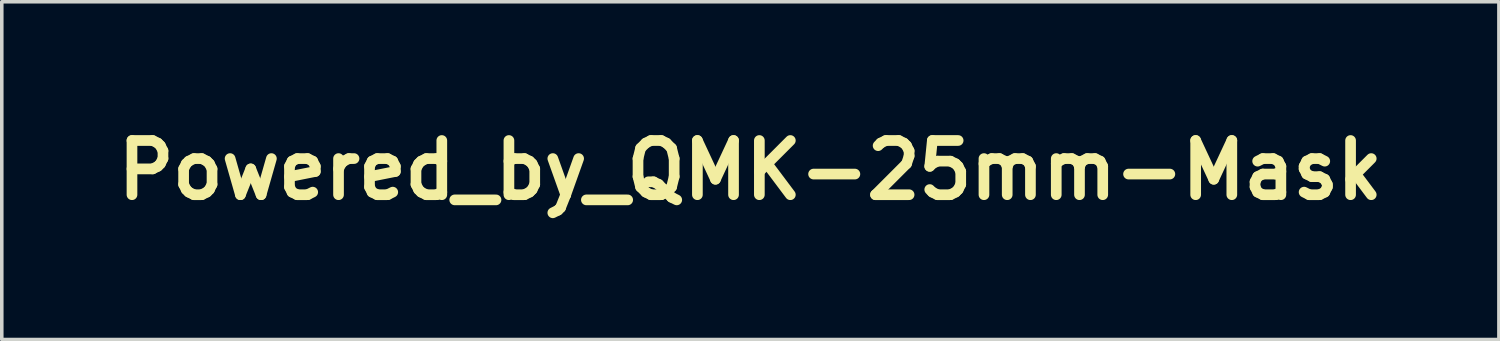
<source format=kicad_pcb>
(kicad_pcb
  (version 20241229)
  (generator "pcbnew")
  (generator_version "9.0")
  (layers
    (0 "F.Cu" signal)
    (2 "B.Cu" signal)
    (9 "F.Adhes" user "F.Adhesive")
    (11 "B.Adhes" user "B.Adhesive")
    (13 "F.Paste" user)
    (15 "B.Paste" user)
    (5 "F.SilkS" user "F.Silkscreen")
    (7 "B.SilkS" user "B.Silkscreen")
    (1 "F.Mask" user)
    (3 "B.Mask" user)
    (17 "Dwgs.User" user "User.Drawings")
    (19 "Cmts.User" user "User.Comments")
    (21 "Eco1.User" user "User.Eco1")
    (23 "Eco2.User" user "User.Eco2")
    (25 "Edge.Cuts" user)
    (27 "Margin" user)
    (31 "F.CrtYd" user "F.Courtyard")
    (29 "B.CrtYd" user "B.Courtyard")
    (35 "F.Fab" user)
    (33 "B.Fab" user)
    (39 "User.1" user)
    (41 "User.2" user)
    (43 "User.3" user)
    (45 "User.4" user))
  (footprint "Powered_by_QMK-25mm-Mask"
    (layer "F.Cu")
    (at 18.041 1.734)
    (property "Reference" "Powered_by_QMK-25mm-Mask" (at 0 0 0) (layer "F.SilkS") (effects (font (size 1.524 1.524) (thickness 0.3))))
    (attr board_only exclude_from_pos_files exclude_from_bom)
    (fp_poly (pts (xy -0.463 -0.401) (xy -0.402 -0.39) (xy -0.398 -0.388) (xy -0.373 -0.381) (xy -0.356 -0.371) (xy -0.345 -0.358) (xy -0.339 -0.338) (xy -0.336 -0.31) (xy -0.335 -0.277) (xy -0.336 -0.235) (xy -0.34 -0.204) (xy -0.346 -0.184) (xy -0.355 -0.173) (xy -0.358 -0.171) (xy -0.368 -0.172) (xy -0.387 -0.175) (xy -0.411 -0.181) (xy -0.42 -0.184) (xy -0.477 -0.197) (xy -0.526 -0.2) (xy -0.569 -0.192) (xy -0.591 -0.183) (xy -0.617 -0.167) (xy -0.647 -0.141) (xy -0.679 -0.108) (xy -0.712 -0.071) (xy -0.742 -0.031) (xy -0.756 -0.012) (xy -0.793 0.044) (xy -0.793 0.425) (xy -0.793 0.514) (xy -0.793 0.591) (xy -0.794 0.658) (xy -0.794 0.714) (xy -0.795 0.759) (xy -0.797 0.791) (xy -0.798 0.811) (xy -0.799 0.819) (xy -0.81 0.828) (xy -0.826 0.836) (xy -0.83 0.838) (xy -0.849 0.841) (xy -0.876 0.843) (xy -0.906 0.843) (xy -0.935 0.843) (xy -0.958 0.841) (xy -0.964 0.84) (xy -0.98 0.835) (xy -0.991 0.83) (xy -1.005 0.823) (xy -1.005 -0.367) (xy -0.991 -0.375) (xy -0.973 -0.38) (xy -0.947 -0.384) (xy -0.916 -0.386) (xy -0.885 -0.385) (xy -0.859 -0.382) (xy -0.843 -0.378) (xy -0.819 -0.368) (xy -0.817 -0.276) (xy -0.815 -0.185) (xy -0.768 -0.244) (xy -0.719 -0.299) (xy -0.671 -0.343) (xy -0.623 -0.374) (xy -0.573 -0.394) (xy -0.52 -0.403)) (stroke (width 0) (type solid)) (fill yes) (layer "F.Mask"))
    (fp_poly (pts (xy -4.947 -0.4) (xy -4.861 -0.387) (xy -4.784 -0.366) (xy -4.716 -0.335) (xy -4.656 -0.296) (xy -4.603 -0.247) (xy -4.586 -0.228) (xy -4.545 -0.168) (xy -4.511 -0.1) (xy -4.485 -0.025) (xy -4.467 0.055) (xy -4.456 0.139) (xy -4.453 0.225) (xy -4.458 0.31) (xy -4.471 0.394) (xy -4.492 0.474) (xy -4.52 0.549) (xy -4.556 0.617) (xy -4.572 0.64) (xy -4.622 0.7) (xy -4.681 0.751) (xy -4.748 0.794) (xy -4.82 0.826) (xy -4.895 0.847) (xy -4.948 0.854) (xy -4.988 0.857) (xy -5.017 0.859) (xy -5.042 0.86) (xy -5.063 0.86) (xy -5.086 0.859) (xy -5.111 0.857) (xy -5.176 0.849) (xy -5.234 0.836) (xy -5.29 0.816) (xy -5.32 0.802) (xy -5.387 0.764) (xy -5.445 0.716) (xy -5.493 0.659) (xy -5.533 0.593) (xy -5.564 0.518) (xy -5.585 0.433) (xy -5.598 0.34) (xy -5.602 0.242) (xy -5.602 0.232) (xy -5.379 0.232) (xy -5.378 0.283) (xy -5.376 0.332) (xy -5.372 0.374) (xy -5.366 0.403) (xy -5.345 0.473) (xy -5.316 0.533) (xy -5.278 0.583) (xy -5.233 0.623) (xy -5.181 0.653) (xy -5.122 0.672) (xy -5.098 0.676) (xy -5.052 0.681) (xy -5.01 0.681) (xy -4.964 0.675) (xy -4.955 0.674) (xy -4.895 0.657) (xy -4.84 0.629) (xy -4.792 0.59) (xy -4.752 0.542) (xy -4.72 0.486) (xy -4.697 0.421) (xy -4.695 0.416) (xy -4.682 0.346) (xy -4.675 0.272) (xy -4.675 0.196) (xy -4.681 0.121) (xy -4.694 0.051) (xy -4.712 -0.014) (xy -4.731 -0.06) (xy -4.764 -0.111) (xy -4.806 -0.154) (xy -4.856 -0.187) (xy -4.912 -0.21) (xy -4.935 -0.216) (xy -4.992 -0.224) (xy -5.051 -0.224) (xy -5.109 -0.217) (xy -5.162 -0.203) (xy -5.207 -0.183) (xy -5.207 -0.183) (xy -5.251 -0.15) (xy -5.29 -0.107) (xy -5.324 -0.054) (xy -5.35 0.006) (xy -5.366 0.058) (xy -5.372 0.09) (xy -5.376 0.132) (xy -5.379 0.18) (xy -5.379 0.232) (xy -5.602 0.232) (xy -5.598 0.139) (xy -5.584 0.045) (xy -5.56 -0.041) (xy -5.527 -0.118) (xy -5.485 -0.187) (xy -5.434 -0.248) (xy -5.374 -0.299) (xy -5.305 -0.341) (xy -5.289 -0.348) (xy -5.211 -0.378) (xy -5.127 -0.396) (xy -5.038 -0.404)) (stroke (width 0) (type solid)) (fill yes) (layer "F.Mask"))
    (fp_poly (pts (xy 10.448 -0.821) (xy 10.475 -0.817) (xy 10.493 -0.811) (xy 10.494 -0.81) (xy 10.512 -0.799) (xy 10.515 -0.055) (xy 10.812 -0.427) (xy 10.864 -0.494) (xy 10.914 -0.555) (xy 10.96 -0.612) (xy 11.001 -0.663) (xy 11.038 -0.708) (xy 11.069 -0.745) (xy 11.094 -0.775) (xy 11.113 -0.796) (xy 11.124 -0.808) (xy 11.127 -0.811) (xy 11.145 -0.816) (xy 11.171 -0.82) (xy 11.203 -0.822) (xy 11.237 -0.823) (xy 11.269 -0.821) (xy 11.296 -0.818) (xy 11.316 -0.812) (xy 11.319 -0.81) (xy 11.333 -0.795) (xy 11.336 -0.775) (xy 11.328 -0.75) (xy 11.318 -0.734) (xy 11.311 -0.725) (xy 11.296 -0.706) (xy 11.275 -0.679) (xy 11.247 -0.645) (xy 11.214 -0.605) (xy 11.177 -0.559) (xy 11.135 -0.509) (xy 11.091 -0.456) (xy 11.044 -0.4) (xy 11.025 -0.378) (xy 10.968 -0.308) (xy 10.916 -0.246) (xy 10.872 -0.192) (xy 10.834 -0.145) (xy 10.803 -0.107) (xy 10.78 -0.077) (xy 10.764 -0.056) (xy 10.757 -0.045) (xy 10.756 -0.042) (xy 10.768 -0.027) (xy 10.787 -0.002) (xy 10.811 0.03) (xy 10.84 0.068) (xy 10.873 0.112) (xy 10.909 0.16) (xy 10.948 0.212) (xy 10.989 0.267) (xy 11.031 0.323) (xy 11.073 0.379) (xy 11.115 0.435) (xy 11.156 0.49) (xy 11.194 0.541) (xy 11.23 0.59) (xy 11.263 0.634) (xy 11.292 0.672) (xy 11.315 0.704) (xy 11.333 0.729) (xy 11.345 0.745) (xy 11.349 0.751) (xy 11.364 0.779) (xy 11.37 0.802) (xy 11.364 0.818) (xy 11.348 0.831) (xy 11.32 0.838) (xy 11.28 0.843) (xy 11.277 0.843) (xy 11.234 0.843) (xy 11.196 0.84) (xy 11.164 0.834) (xy 11.142 0.825) (xy 11.136 0.821) (xy 11.131 0.815) (xy 11.119 0.798) (xy 11.1 0.773) (xy 11.075 0.74) (xy 11.045 0.7) (xy 11.01 0.654) (xy 10.972 0.602) (xy 10.93 0.545) (xy 10.885 0.484) (xy 10.838 0.42) (xy 10.82 0.397) (xy 10.515 -0.018) (xy 10.513 0.4) (xy 10.512 0.818) (xy 10.495 0.829) (xy 10.481 0.834) (xy 10.457 0.838) (xy 10.428 0.841) (xy 10.396 0.843) (xy 10.366 0.842) (xy 10.341 0.84) (xy 10.333 0.838) (xy 10.327 0.837) (xy 10.322 0.837) (xy 10.317 0.836) (xy 10.313 0.834) (xy 10.309 0.831) (xy 10.306 0.825) (xy 10.303 0.817) (xy 10.301 0.805) (xy 10.299 0.789) (xy 10.297 0.768) (xy 10.296 0.742) (xy 10.295 0.71) (xy 10.294 0.67) (xy 10.294 0.623) (xy 10.293 0.569) (xy 10.293 0.505) (xy 10.293 0.432) (xy 10.293 0.348) (xy 10.293 0.254) (xy 10.293 0.149) (xy 10.293 0.031) (xy 10.293 -0.799) (xy 10.31 -0.81) (xy 10.327 -0.816) (xy 10.352 -0.82) (xy 10.384 -0.822) (xy 10.417 -0.823)) (stroke (width 0) (type solid)) (fill yes) (layer "F.Mask"))
    (fp_poly (pts (xy -1.75 -0.398) (xy -1.679 -0.386) (xy -1.615 -0.365) (xy -1.557 -0.336) (xy -1.503 -0.296) (xy -1.472 -0.268) (xy -1.428 -0.217) (xy -1.393 -0.162) (xy -1.366 -0.102) (xy -1.346 -0.034) (xy -1.334 0.043) (xy -1.329 0.111) (xy -1.328 0.155) (xy -1.329 0.188) (xy -1.331 0.212) (xy -1.337 0.23) (xy -1.345 0.243) (xy -1.357 0.254) (xy -1.363 0.258) (xy -1.368 0.26) (xy -1.373 0.263) (xy -1.38 0.265) (xy -1.39 0.266) (xy -1.403 0.267) (xy -1.422 0.268) (xy -1.445 0.269) (xy -1.476 0.27) (xy -1.514 0.27) (xy -1.562 0.27) (xy -1.618 0.271) (xy -1.686 0.271) (xy -1.765 0.271) (xy -2.167 0.271) (xy -2.163 0.325) (xy -2.154 0.399) (xy -2.14 0.462) (xy -2.119 0.515) (xy -2.091 0.561) (xy -2.063 0.593) (xy -2.024 0.626) (xy -1.982 0.651) (xy -1.934 0.669) (xy -1.878 0.68) (xy -1.813 0.685) (xy -1.785 0.685) (xy -1.739 0.685) (xy -1.698 0.682) (xy -1.658 0.676) (xy -1.617 0.668) (xy -1.573 0.656) (xy -1.523 0.64) (xy -1.465 0.619) (xy -1.445 0.611) (xy -1.405 0.596) (xy -1.391 0.611) (xy -1.383 0.62) (xy -1.379 0.632) (xy -1.377 0.649) (xy -1.376 0.675) (xy -1.377 0.711) (xy -1.382 0.737) (xy -1.392 0.757) (xy -1.408 0.772) (xy -1.433 0.786) (xy -1.435 0.787) (xy -1.491 0.809) (xy -1.557 0.828) (xy -1.629 0.843) (xy -1.705 0.853) (xy -1.782 0.858) (xy -1.856 0.858) (xy -1.885 0.856) (xy -1.973 0.844) (xy -2.052 0.822) (xy -2.123 0.791) (xy -2.186 0.749) (xy -2.241 0.698) (xy -2.287 0.637) (xy -2.324 0.568) (xy -2.353 0.489) (xy -2.372 0.401) (xy -2.383 0.305) (xy -2.385 0.238) (xy -2.38 0.137) (xy -2.373 0.094) (xy -2.166 0.094) (xy -2.163 0.101) (xy -2.156 0.107) (xy -2.143 0.111) (xy -2.124 0.114) (xy -2.098 0.115) (xy -2.064 0.116) (xy -2.02 0.116) (xy -1.967 0.116) (xy -1.902 0.116) (xy -1.853 0.116) (xy -1.54 0.116) (xy -1.54 0.084) (xy -1.545 0.027) (xy -1.558 -0.03) (xy -1.579 -0.084) (xy -1.606 -0.13) (xy -1.627 -0.157) (xy -1.667 -0.189) (xy -1.714 -0.213) (xy -1.767 -0.229) (xy -1.823 -0.236) (xy -1.88 -0.235) (xy -1.936 -0.224) (xy -1.983 -0.206) (xy -2.03 -0.176) (xy -2.071 -0.136) (xy -2.107 -0.087) (xy -2.135 -0.031) (xy -2.154 0.031) (xy -2.156 0.04) (xy -2.16 0.057) (xy -2.163 0.072) (xy -2.166 0.084) (xy -2.166 0.094) (xy -2.373 0.094) (xy -2.366 0.043) (xy -2.342 -0.043) (xy -2.31 -0.12) (xy -2.269 -0.19) (xy -2.22 -0.25) (xy -2.162 -0.301) (xy -2.096 -0.342) (xy -2.023 -0.374) (xy -1.975 -0.388) (xy -1.944 -0.394) (xy -1.914 -0.399) (xy -1.88 -0.401) (xy -1.838 -0.402) (xy -1.83 -0.402)) (stroke (width 0) (type solid)) (fill yes) (layer "F.Mask"))
    (fp_poly (pts (xy 0.429 -0.398) (xy 0.5 -0.386) (xy 0.564 -0.365) (xy 0.622 -0.336) (xy 0.676 -0.296) (xy 0.706 -0.268) (xy 0.751 -0.216) (xy 0.787 -0.159) (xy 0.814 -0.097) (xy 0.834 -0.027) (xy 0.845 0.051) (xy 0.849 0.107) (xy 0.85 0.152) (xy 0.849 0.187) (xy 0.846 0.213) (xy 0.84 0.231) (xy 0.831 0.245) (xy 0.818 0.256) (xy 0.816 0.258) (xy 0.811 0.26) (xy 0.806 0.263) (xy 0.799 0.265) (xy 0.789 0.266) (xy 0.776 0.267) (xy 0.758 0.268) (xy 0.735 0.269) (xy 0.705 0.27) (xy 0.667 0.27) (xy 0.621 0.27) (xy 0.565 0.271) (xy 0.498 0.271) (xy 0.42 0.271) (xy 0.011 0.271) (xy 0.015 0.325) (xy 0.024 0.399) (xy 0.039 0.462) (xy 0.06 0.515) (xy 0.088 0.561) (xy 0.115 0.593) (xy 0.154 0.626) (xy 0.197 0.651) (xy 0.245 0.669) (xy 0.3 0.68) (xy 0.365 0.685) (xy 0.393 0.685) (xy 0.439 0.685) (xy 0.481 0.682) (xy 0.52 0.676) (xy 0.561 0.668) (xy 0.605 0.656) (xy 0.655 0.64) (xy 0.714 0.619) (xy 0.733 0.611) (xy 0.773 0.596) (xy 0.787 0.61) (xy 0.795 0.62) (xy 0.799 0.632) (xy 0.801 0.65) (xy 0.802 0.675) (xy 0.801 0.711) (xy 0.797 0.737) (xy 0.787 0.756) (xy 0.771 0.771) (xy 0.747 0.785) (xy 0.743 0.787) (xy 0.687 0.809) (xy 0.622 0.828) (xy 0.55 0.843) (xy 0.474 0.853) (xy 0.397 0.858) (xy 0.322 0.858) (xy 0.293 0.856) (xy 0.206 0.844) (xy 0.126 0.823) (xy 0.055 0.791) (xy -0.008 0.75) (xy -0.062 0.699) (xy -0.108 0.639) (xy -0.145 0.569) (xy -0.174 0.491) (xy -0.193 0.404) (xy -0.203 0.308) (xy -0.204 0.204) (xy -0.204 0.2) (xy -0.2 0.133) (xy -0.196 0.094) (xy 0.012 0.094) (xy 0.015 0.101) (xy 0.023 0.107) (xy 0.035 0.111) (xy 0.054 0.114) (xy 0.08 0.115) (xy 0.115 0.116) (xy 0.158 0.116) (xy 0.212 0.116) (xy 0.277 0.116) (xy 0.325 0.116) (xy 0.638 0.116) (xy 0.638 0.084) (xy 0.633 0.027) (xy 0.62 -0.03) (xy 0.6 -0.083) (xy 0.573 -0.13) (xy 0.55 -0.158) (xy 0.509 -0.19) (xy 0.46 -0.215) (xy 0.406 -0.23) (xy 0.349 -0.237) (xy 0.291 -0.234) (xy 0.235 -0.222) (xy 0.194 -0.206) (xy 0.148 -0.176) (xy 0.106 -0.136) (xy 0.071 -0.087) (xy 0.044 -0.031) (xy 0.025 0.031) (xy 0.023 0.04) (xy 0.019 0.057) (xy 0.015 0.072) (xy 0.013 0.084) (xy 0.012 0.094) (xy -0.196 0.094) (xy -0.194 0.075) (xy -0.184 0.023) (xy -0.17 -0.027) (xy -0.158 -0.061) (xy -0.123 -0.138) (xy -0.079 -0.206) (xy -0.026 -0.265) (xy 0.035 -0.314) (xy 0.104 -0.353) (xy 0.18 -0.382) (xy 0.203 -0.388) (xy 0.234 -0.394) (xy 0.265 -0.399) (xy 0.299 -0.401) (xy 0.341 -0.402) (xy 0.348 -0.402)) (stroke (width 0) (type solid)) (fill yes) (layer "F.Mask"))
    (fp_poly (pts (xy -6.601 -0.818) (xy -6.552 -0.818) (xy -6.492 -0.817) (xy -6.473 -0.817) (xy -6.409 -0.816) (xy -6.356 -0.815) (xy -6.313 -0.814) (xy -6.279 -0.813) (xy -6.25 -0.811) (xy -6.227 -0.81) (xy -6.208 -0.807) (xy -6.19 -0.805) (xy -6.172 -0.801) (xy -6.165 -0.8) (xy -6.091 -0.779) (xy -6.025 -0.752) (xy -5.968 -0.716) (xy -5.916 -0.672) (xy -5.902 -0.658) (xy -5.864 -0.61) (xy -5.831 -0.555) (xy -5.806 -0.497) (xy -5.797 -0.467) (xy -5.786 -0.404) (xy -5.782 -0.335) (xy -5.786 -0.264) (xy -5.797 -0.194) (xy -5.813 -0.137) (xy -5.836 -0.081) (xy -5.864 -0.032) (xy -5.9 0.015) (xy -5.917 0.034) (xy -5.967 0.082) (xy -6.023 0.121) (xy -6.085 0.153) (xy -6.157 0.179) (xy -6.181 0.185) (xy -6.201 0.19) (xy -6.219 0.194) (xy -6.239 0.197) (xy -6.261 0.2) (xy -6.287 0.201) (xy -6.321 0.203) (xy -6.364 0.204) (xy -6.408 0.205) (xy -6.574 0.208) (xy -6.574 0.506) (xy -6.574 0.578) (xy -6.574 0.639) (xy -6.574 0.689) (xy -6.575 0.73) (xy -6.576 0.761) (xy -6.578 0.786) (xy -6.581 0.804) (xy -6.585 0.816) (xy -6.59 0.825) (xy -6.596 0.83) (xy -6.604 0.834) (xy -6.614 0.836) (xy -6.622 0.838) (xy -6.649 0.842) (xy -6.683 0.843) (xy -6.718 0.842) (xy -6.749 0.839) (xy -6.763 0.837) (xy -6.78 0.829) (xy -6.792 0.82) (xy -6.793 0.818) (xy -6.794 0.81) (xy -6.795 0.788) (xy -6.796 0.754) (xy -6.797 0.708) (xy -6.797 0.65) (xy -6.798 0.579) (xy -6.798 0.496) (xy -6.798 0.402) (xy -6.798 0.296) (xy -6.798 0.178) (xy -6.798 0.049) (xy -6.798 0.026) (xy -6.574 0.026) (xy -6.45 0.026) (xy -6.398 0.025) (xy -6.35 0.023) (xy -6.311 0.021) (xy -6.281 0.017) (xy -6.276 0.017) (xy -6.215 -0.001) (xy -6.161 -0.028) (xy -6.113 -0.065) (xy -6.074 -0.111) (xy -6.044 -0.165) (xy -6.029 -0.208) (xy -6.017 -0.273) (xy -6.015 -0.337) (xy -6.023 -0.397) (xy -6.04 -0.453) (xy -6.067 -0.504) (xy -6.101 -0.547) (xy -6.144 -0.581) (xy -6.17 -0.596) (xy -6.195 -0.607) (xy -6.218 -0.615) (xy -6.244 -0.621) (xy -6.272 -0.626) (xy -6.306 -0.629) (xy -6.348 -0.631) (xy -6.4 -0.632) (xy -6.433 -0.632) (xy -6.574 -0.632) (xy -6.574 0.026) (xy -6.798 0.026) (xy -6.798 0.021) (xy -6.798 -0.098) (xy -6.798 -0.205) (xy -6.797 -0.3) (xy -6.797 -0.385) (xy -6.797 -0.459) (xy -6.796 -0.524) (xy -6.796 -0.58) (xy -6.795 -0.628) (xy -6.794 -0.668) (xy -6.793 -0.702) (xy -6.791 -0.729) (xy -6.789 -0.75) (xy -6.787 -0.767) (xy -6.784 -0.78) (xy -6.78 -0.789) (xy -6.776 -0.796) (xy -6.771 -0.8) (xy -6.766 -0.803) (xy -6.76 -0.805) (xy -6.754 -0.806) (xy -6.746 -0.809) (xy -6.745 -0.809) (xy -6.736 -0.812) (xy -6.726 -0.814) (xy -6.713 -0.816) (xy -6.695 -0.817) (xy -6.671 -0.818) (xy -6.641 -0.818)) (stroke (width 0) (type solid)) (fill yes) (layer "F.Mask"))
    (fp_poly (pts (xy 5.351 -0.386) (xy 5.382 -0.384) (xy 5.407 -0.38) (xy 5.414 -0.378) (xy 5.42 -0.376) (xy 5.425 -0.374) (xy 5.429 -0.371) (xy 5.433 -0.367) (xy 5.435 -0.361) (xy 5.435 -0.352) (xy 5.434 -0.34) (xy 5.431 -0.324) (xy 5.426 -0.304) (xy 5.419 -0.278) (xy 5.41 -0.247) (xy 5.397 -0.21) (xy 5.383 -0.166) (xy 5.365 -0.115) (xy 5.344 -0.055) (xy 5.319 0.013) (xy 5.292 0.09) (xy 5.26 0.178) (xy 5.225 0.276) (xy 5.185 0.385) (xy 5.158 0.461) (xy 5.123 0.557) (xy 5.09 0.65) (xy 5.057 0.738) (xy 5.027 0.823) (xy 4.998 0.902) (xy 4.972 0.975) (xy 4.948 1.041) (xy 4.926 1.1) (xy 4.908 1.15) (xy 4.893 1.191) (xy 4.881 1.222) (xy 4.874 1.243) (xy 4.87 1.252) (xy 4.87 1.252) (xy 4.857 1.274) (xy 4.836 1.287) (xy 4.815 1.292) (xy 4.787 1.297) (xy 4.753 1.299) (xy 4.72 1.3) (xy 4.69 1.299) (xy 4.669 1.295) (xy 4.668 1.295) (xy 4.657 1.291) (xy 4.648 1.287) (xy 4.643 1.281) (xy 4.64 1.272) (xy 4.641 1.259) (xy 4.645 1.241) (xy 4.652 1.216) (xy 4.664 1.183) (xy 4.68 1.142) (xy 4.7 1.091) (xy 4.717 1.048) (xy 4.801 0.836) (xy 4.785 0.823) (xy 4.781 0.817) (xy 4.775 0.804) (xy 4.766 0.784) (xy 4.754 0.755) (xy 4.739 0.719) (xy 4.721 0.674) (xy 4.7 0.619) (xy 4.676 0.554) (xy 4.647 0.479) (xy 4.615 0.393) (xy 4.578 0.296) (xy 4.559 0.245) (xy 4.529 0.163) (xy 4.5 0.084) (xy 4.472 0.009) (xy 4.446 -0.06) (xy 4.423 -0.124) (xy 4.402 -0.182) (xy 4.384 -0.232) (xy 4.369 -0.273) (xy 4.357 -0.305) (xy 4.35 -0.328) (xy 4.346 -0.339) (xy 4.346 -0.339) (xy 4.346 -0.356) (xy 4.354 -0.368) (xy 4.371 -0.377) (xy 4.398 -0.382) (xy 4.436 -0.385) (xy 4.443 -0.385) (xy 4.487 -0.386) (xy 4.52 -0.382) (xy 4.544 -0.375) (xy 4.56 -0.364) (xy 4.569 -0.35) (xy 4.573 -0.341) (xy 4.581 -0.32) (xy 4.592 -0.289) (xy 4.606 -0.25) (xy 4.624 -0.202) (xy 4.644 -0.147) (xy 4.665 -0.085) (xy 4.689 -0.019) (xy 4.714 0.052) (xy 4.74 0.125) (xy 4.766 0.198) (xy 4.791 0.268) (xy 4.814 0.333) (xy 4.836 0.392) (xy 4.855 0.445) (xy 4.871 0.491) (xy 4.885 0.528) (xy 4.896 0.556) (xy 4.902 0.573) (xy 4.905 0.58) (xy 4.905 0.58) (xy 4.908 0.574) (xy 4.914 0.557) (xy 4.924 0.529) (xy 4.937 0.492) (xy 4.953 0.447) (xy 4.972 0.394) (xy 4.992 0.335) (xy 5.015 0.27) (xy 5.039 0.2) (xy 5.064 0.127) (xy 5.066 0.121) (xy 5.091 0.047) (xy 5.115 -0.024) (xy 5.138 -0.091) (xy 5.159 -0.152) (xy 5.179 -0.208) (xy 5.195 -0.256) (xy 5.209 -0.295) (xy 5.22 -0.326) (xy 5.227 -0.346) (xy 5.231 -0.356) (xy 5.231 -0.356) (xy 5.247 -0.372) (xy 5.264 -0.38) (xy 5.287 -0.384) (xy 5.318 -0.386)) (stroke (width 0) (type solid)) (fill yes) (layer "F.Mask"))
    (fp_poly (pts (xy 3.278 -0.938) (xy 3.302 -0.937) (xy 3.318 -0.935) (xy 3.329 -0.932) (xy 3.336 -0.927) (xy 3.337 -0.926) (xy 3.339 -0.923) (xy 3.341 -0.918) (xy 3.343 -0.911) (xy 3.345 -0.899) (xy 3.346 -0.883) (xy 3.347 -0.861) (xy 3.348 -0.833) (xy 3.348 -0.796) (xy 3.349 -0.75) (xy 3.349 -0.694) (xy 3.35 -0.628) (xy 3.35 -0.57) (xy 3.35 -0.505) (xy 3.351 -0.444) (xy 3.352 -0.388) (xy 3.352 -0.338) (xy 3.353 -0.296) (xy 3.354 -0.263) (xy 3.354 -0.239) (xy 3.355 -0.227) (xy 3.356 -0.226) (xy 3.362 -0.23) (xy 3.375 -0.241) (xy 3.392 -0.256) (xy 3.4 -0.263) (xy 3.44 -0.297) (xy 3.485 -0.328) (xy 3.531 -0.356) (xy 3.575 -0.376) (xy 3.58 -0.378) (xy 3.646 -0.396) (xy 3.716 -0.403) (xy 3.786 -0.401) (xy 3.854 -0.388) (xy 3.918 -0.366) (xy 3.965 -0.34) (xy 4.022 -0.295) (xy 4.072 -0.241) (xy 4.113 -0.176) (xy 4.137 -0.124) (xy 4.162 -0.051) (xy 4.179 0.031) (xy 4.19 0.118) (xy 4.194 0.209) (xy 4.191 0.3) (xy 4.181 0.389) (xy 4.164 0.473) (xy 4.153 0.51) (xy 4.123 0.59) (xy 4.084 0.659) (xy 4.037 0.719) (xy 3.983 0.769) (xy 3.922 0.808) (xy 3.855 0.837) (xy 3.782 0.854) (xy 3.704 0.86) (xy 3.645 0.857) (xy 3.585 0.845) (xy 3.525 0.822) (xy 3.465 0.788) (xy 3.404 0.741) (xy 3.374 0.715) (xy 3.326 0.669) (xy 3.326 0.741) (xy 3.325 0.777) (xy 3.322 0.803) (xy 3.316 0.821) (xy 3.306 0.831) (xy 3.29 0.838) (xy 3.271 0.841) (xy 3.243 0.844) (xy 3.213 0.843) (xy 3.184 0.84) (xy 3.161 0.835) (xy 3.153 0.832) (xy 3.139 0.825) (xy 3.139 0.47) (xy 3.351 0.47) (xy 3.414 0.533) (xy 3.464 0.58) (xy 3.508 0.616) (xy 3.55 0.643) (xy 3.591 0.661) (xy 3.633 0.672) (xy 3.676 0.675) (xy 3.694 0.675) (xy 3.73 0.672) (xy 3.758 0.666) (xy 3.784 0.656) (xy 3.786 0.655) (xy 3.831 0.628) (xy 3.871 0.589) (xy 3.905 0.539) (xy 3.932 0.48) (xy 3.953 0.411) (xy 3.968 0.334) (xy 3.971 0.31) (xy 3.975 0.241) (xy 3.972 0.169) (xy 3.965 0.098) (xy 3.952 0.03) (xy 3.934 -0.031) (xy 3.919 -0.069) (xy 3.895 -0.109) (xy 3.864 -0.147) (xy 3.829 -0.178) (xy 3.797 -0.198) (xy 3.757 -0.212) (xy 3.71 -0.219) (xy 3.661 -0.218) (xy 3.614 -0.21) (xy 3.603 -0.206) (xy 3.556 -0.186) (xy 3.51 -0.157) (xy 3.461 -0.117) (xy 3.413 -0.07) (xy 3.351 -0.005) (xy 3.351 0.47) (xy 3.139 0.47) (xy 3.139 -0.048) (xy 3.139 -0.172) (xy 3.139 -0.284) (xy 3.139 -0.384) (xy 3.139 -0.473) (xy 3.139 -0.552) (xy 3.139 -0.621) (xy 3.14 -0.681) (xy 3.14 -0.733) (xy 3.14 -0.777) (xy 3.141 -0.814) (xy 3.141 -0.844) (xy 3.142 -0.869) (xy 3.143 -0.888) (xy 3.144 -0.903) (xy 3.145 -0.913) (xy 3.146 -0.921) (xy 3.147 -0.925) (xy 3.149 -0.928) (xy 3.149 -0.929) (xy 3.159 -0.933) (xy 3.175 -0.936) (xy 3.202 -0.937) (xy 3.239 -0.938) (xy 3.243 -0.938)) (stroke (width 0) (type solid)) (fill yes) (layer "F.Mask"))
    (fp_poly (pts (xy 2.089 -0.936) (xy 2.093 -0.936) (xy 2.102 -0.935) (xy 2.111 -0.934) (xy 2.118 -0.934) (xy 2.125 -0.933) (xy 2.131 -0.931) (xy 2.136 -0.928) (xy 2.141 -0.922) (xy 2.145 -0.912) (xy 2.148 -0.899) (xy 2.151 -0.882) (xy 2.153 -0.86) (xy 2.155 -0.832) (xy 2.157 -0.798) (xy 2.158 -0.756) (xy 2.158 -0.708) (xy 2.159 -0.651) (xy 2.159 -0.586) (xy 2.159 -0.511) (xy 2.159 -0.425) (xy 2.159 -0.33) (xy 2.159 -0.223) (xy 2.159 -0.104) (xy 2.159 -0.047) (xy 2.159 0.093) (xy 2.159 0.221) (xy 2.159 0.337) (xy 2.158 0.441) (xy 2.158 0.532) (xy 2.157 0.611) (xy 2.157 0.677) (xy 2.156 0.731) (xy 2.155 0.772) (xy 2.154 0.8) (xy 2.153 0.816) (xy 2.153 0.819) (xy 2.14 0.83) (xy 2.118 0.838) (xy 2.09 0.843) (xy 2.059 0.844) (xy 2.029 0.842) (xy 2.002 0.837) (xy 1.981 0.828) (xy 1.972 0.819) (xy 1.97 0.808) (xy 1.968 0.787) (xy 1.966 0.759) (xy 1.966 0.731) (xy 1.966 0.656) (xy 1.918 0.701) (xy 1.854 0.756) (xy 1.79 0.799) (xy 1.724 0.83) (xy 1.656 0.85) (xy 1.585 0.859) (xy 1.509 0.857) (xy 1.508 0.857) (xy 1.436 0.844) (xy 1.37 0.82) (xy 1.31 0.785) (xy 1.255 0.739) (xy 1.208 0.682) (xy 1.181 0.638) (xy 1.154 0.58) (xy 1.132 0.513) (xy 1.116 0.438) (xy 1.105 0.358) (xy 1.1 0.274) (xy 1.1 0.229) (xy 1.325 0.229) (xy 1.325 0.277) (xy 1.325 0.315) (xy 1.326 0.345) (xy 1.328 0.369) (xy 1.331 0.389) (xy 1.335 0.408) (xy 1.339 0.426) (xy 1.361 0.494) (xy 1.389 0.552) (xy 1.422 0.6) (xy 1.462 0.636) (xy 1.507 0.662) (xy 1.523 0.667) (xy 1.557 0.674) (xy 1.599 0.676) (xy 1.642 0.674) (xy 1.681 0.666) (xy 1.69 0.664) (xy 1.736 0.644) (xy 1.785 0.613) (xy 1.837 0.569) (xy 1.881 0.525) (xy 1.94 0.463) (xy 1.94 -0.013) (xy 1.874 -0.08) (xy 1.825 -0.126) (xy 1.781 -0.162) (xy 1.739 -0.188) (xy 1.698 -0.206) (xy 1.656 -0.216) (xy 1.611 -0.218) (xy 1.598 -0.218) (xy 1.566 -0.216) (xy 1.542 -0.211) (xy 1.519 -0.203) (xy 1.5 -0.194) (xy 1.455 -0.165) (xy 1.415 -0.124) (xy 1.381 -0.072) (xy 1.354 -0.01) (xy 1.339 0.035) (xy 1.335 0.054) (xy 1.331 0.072) (xy 1.328 0.092) (xy 1.327 0.115) (xy 1.326 0.145) (xy 1.325 0.183) (xy 1.325 0.229) (xy 1.1 0.229) (xy 1.1 0.19) (xy 1.106 0.106) (xy 1.119 0.027) (xy 1.137 -0.048) (xy 1.139 -0.055) (xy 1.169 -0.133) (xy 1.208 -0.203) (xy 1.254 -0.263) (xy 1.308 -0.312) (xy 1.369 -0.352) (xy 1.437 -0.38) (xy 1.461 -0.387) (xy 1.514 -0.398) (xy 1.572 -0.402) (xy 1.631 -0.4) (xy 1.685 -0.393) (xy 1.718 -0.385) (xy 1.767 -0.364) (xy 1.819 -0.335) (xy 1.871 -0.298) (xy 1.903 -0.271) (xy 1.94 -0.238) (xy 1.941 -0.573) (xy 1.942 -0.648) (xy 1.942 -0.712) (xy 1.943 -0.764) (xy 1.943 -0.807) (xy 1.944 -0.841) (xy 1.945 -0.867) (xy 1.946 -0.887) (xy 1.948 -0.901) (xy 1.949 -0.91) (xy 1.951 -0.916) (xy 1.953 -0.918) (xy 1.969 -0.927) (xy 1.994 -0.934) (xy 2.024 -0.938) (xy 2.057 -0.939)) (stroke (width 0) (type solid)) (fill yes) (layer "F.Mask"))
    (fp_poly (pts (xy 7.075 -0.835) (xy 7.164 -0.82) (xy 7.247 -0.796) (xy 7.299 -0.774) (xy 7.376 -0.731) (xy 7.445 -0.679) (xy 7.504 -0.618) (xy 7.555 -0.547) (xy 7.597 -0.467) (xy 7.631 -0.378) (xy 7.656 -0.279) (xy 7.673 -0.17) (xy 7.68 -0.064) (xy 7.68 0.055) (xy 7.672 0.168) (xy 7.654 0.275) (xy 7.628 0.374) (xy 7.593 0.465) (xy 7.55 0.547) (xy 7.514 0.6) (xy 7.474 0.653) (xy 7.49 0.665) (xy 7.55 0.71) (xy 7.614 0.753) (xy 7.678 0.793) (xy 7.74 0.827) (xy 7.792 0.851) (xy 7.827 0.867) (xy 7.851 0.881) (xy 7.867 0.895) (xy 7.877 0.914) (xy 7.881 0.939) (xy 7.882 0.973) (xy 7.882 0.984) (xy 7.88 1.026) (xy 7.873 1.055) (xy 7.862 1.073) (xy 7.853 1.079) (xy 7.846 1.081) (xy 7.84 1.082) (xy 7.831 1.08) (xy 7.815 1.077) (xy 7.799 1.072) (xy 7.755 1.058) (xy 7.704 1.035) (xy 7.647 1.007) (xy 7.588 0.973) (xy 7.527 0.936) (xy 7.468 0.897) (xy 7.412 0.856) (xy 7.362 0.815) (xy 7.345 0.801) (xy 7.308 0.767) (xy 7.271 0.786) (xy 7.223 0.807) (xy 7.168 0.826) (xy 7.11 0.841) (xy 7.082 0.848) (xy 7.047 0.852) (xy 7.004 0.856) (xy 6.954 0.857) (xy 6.903 0.858) (xy 6.853 0.857) (xy 6.808 0.854) (xy 6.781 0.851) (xy 6.687 0.832) (xy 6.601 0.804) (xy 6.524 0.765) (xy 6.454 0.717) (xy 6.393 0.658) (xy 6.34 0.59) (xy 6.298 0.519) (xy 6.27 0.452) (xy 6.246 0.374) (xy 6.227 0.289) (xy 6.214 0.199) (xy 6.206 0.104) (xy 6.203 0.008) (xy 6.203 0.006) (xy 6.442 0.006) (xy 6.443 0.088) (xy 6.447 0.158) (xy 6.453 0.22) (xy 6.462 0.276) (xy 6.476 0.327) (xy 6.493 0.376) (xy 6.514 0.426) (xy 6.517 0.431) (xy 6.534 0.466) (xy 6.551 0.492) (xy 6.569 0.516) (xy 6.592 0.541) (xy 6.595 0.544) (xy 6.651 0.59) (xy 6.713 0.626) (xy 6.783 0.651) (xy 6.859 0.665) (xy 6.942 0.669) (xy 7.015 0.664) (xy 7.087 0.651) (xy 7.151 0.628) (xy 7.21 0.596) (xy 7.265 0.552) (xy 7.283 0.535) (xy 7.325 0.487) (xy 7.36 0.434) (xy 7.388 0.373) (xy 7.411 0.303) (xy 7.429 0.224) (xy 7.441 0.135) (xy 7.445 0.096) (xy 7.448 0.021) (xy 7.447 -0.057) (xy 7.441 -0.136) (xy 7.431 -0.212) (xy 7.417 -0.282) (xy 7.4 -0.343) (xy 7.4 -0.343) (xy 7.368 -0.417) (xy 7.328 -0.481) (xy 7.279 -0.535) (xy 7.223 -0.58) (xy 7.159 -0.615) (xy 7.096 -0.636) (xy 7.066 -0.642) (xy 7.027 -0.646) (xy 6.982 -0.648) (xy 6.934 -0.648) (xy 6.888 -0.647) (xy 6.846 -0.643) (xy 6.812 -0.639) (xy 6.8 -0.636) (xy 6.729 -0.61) (xy 6.666 -0.573) (xy 6.609 -0.526) (xy 6.56 -0.469) (xy 6.52 -0.403) (xy 6.487 -0.328) (xy 6.484 -0.319) (xy 6.471 -0.276) (xy 6.461 -0.236) (xy 6.453 -0.196) (xy 6.448 -0.153) (xy 6.444 -0.105) (xy 6.442 -0.048) (xy 6.442 0.006) (xy 6.203 0.006) (xy 6.207 -0.087) (xy 6.216 -0.179) (xy 6.223 -0.219) (xy 6.246 -0.323) (xy 6.279 -0.418) (xy 6.321 -0.503) (xy 6.371 -0.58) (xy 6.43 -0.647) (xy 6.497 -0.705) (xy 6.572 -0.752) (xy 6.655 -0.79) (xy 6.746 -0.818) (xy 6.793 -0.827) (xy 6.888 -0.839) (xy 6.982 -0.841)) (stroke (width 0) (type solid)) (fill yes) (layer "F.Mask"))
    (fp_poly (pts (xy 8.247 -0.818) (xy 8.286 -0.817) (xy 8.315 -0.815) (xy 8.336 -0.814) (xy 8.352 -0.811) (xy 8.366 -0.807) (xy 8.379 -0.801) (xy 8.387 -0.797) (xy 8.417 -0.779) (xy 8.439 -0.758) (xy 8.442 -0.754) (xy 8.447 -0.745) (xy 8.456 -0.725) (xy 8.469 -0.694) (xy 8.486 -0.654) (xy 8.506 -0.605) (xy 8.529 -0.548) (xy 8.555 -0.484) (xy 8.583 -0.414) (xy 8.613 -0.339) (xy 8.645 -0.259) (xy 8.678 -0.176) (xy 8.704 -0.111) (xy 8.737 -0.025) (xy 8.77 0.056) (xy 8.8 0.134) (xy 8.829 0.206) (xy 8.856 0.273) (xy 8.88 0.332) (xy 8.901 0.385) (xy 8.919 0.429) (xy 8.933 0.465) (xy 8.944 0.49) (xy 8.95 0.505) (xy 8.952 0.509) (xy 8.955 0.503) (xy 8.963 0.486) (xy 8.974 0.459) (xy 8.99 0.422) (xy 9.009 0.376) (xy 9.032 0.323) (xy 9.057 0.262) (xy 9.085 0.195) (xy 9.116 0.122) (xy 9.148 0.044) (xy 9.182 -0.038) (xy 9.21 -0.108) (xy 9.246 -0.193) (xy 9.28 -0.275) (xy 9.312 -0.354) (xy 9.343 -0.428) (xy 9.372 -0.496) (xy 9.398 -0.559) (xy 9.422 -0.614) (xy 9.442 -0.661) (xy 9.459 -0.699) (xy 9.471 -0.728) (xy 9.48 -0.746) (xy 9.483 -0.752) (xy 9.5 -0.773) (xy 9.522 -0.792) (xy 9.531 -0.798) (xy 9.542 -0.804) (xy 9.552 -0.808) (xy 9.563 -0.812) (xy 9.578 -0.814) (xy 9.598 -0.815) (xy 9.627 -0.815) (xy 9.665 -0.815) (xy 9.678 -0.815) (xy 9.725 -0.815) (xy 9.76 -0.814) (xy 9.786 -0.811) (xy 9.805 -0.807) (xy 9.819 -0.799) (xy 9.83 -0.789) (xy 9.839 -0.775) (xy 9.843 -0.767) (xy 9.845 -0.763) (xy 9.846 -0.757) (xy 9.848 -0.75) (xy 9.849 -0.74) (xy 9.85 -0.727) (xy 9.851 -0.71) (xy 9.852 -0.688) (xy 9.852 -0.66) (xy 9.853 -0.627) (xy 9.853 -0.586) (xy 9.854 -0.538) (xy 9.854 -0.482) (xy 9.854 -0.417) (xy 9.854 -0.342) (xy 9.854 -0.257) (xy 9.854 -0.161) (xy 9.854 -0.054) (xy 9.854 0.031) (xy 9.854 0.156) (xy 9.854 0.272) (xy 9.854 0.377) (xy 9.854 0.471) (xy 9.853 0.555) (xy 9.853 0.628) (xy 9.852 0.69) (xy 9.851 0.739) (xy 9.85 0.777) (xy 9.85 0.803) (xy 9.849 0.817) (xy 9.848 0.818) (xy 9.837 0.828) (xy 9.815 0.835) (xy 9.787 0.84) (xy 9.755 0.843) (xy 9.723 0.843) (xy 9.692 0.841) (xy 9.666 0.835) (xy 9.651 0.829) (xy 9.635 0.818) (xy 9.635 0.092) (xy 9.635 -0.02) (xy 9.635 -0.12) (xy 9.635 -0.209) (xy 9.634 -0.286) (xy 9.634 -0.354) (xy 9.634 -0.412) (xy 9.634 -0.461) (xy 9.633 -0.501) (xy 9.633 -0.535) (xy 9.632 -0.561) (xy 9.632 -0.582) (xy 9.631 -0.597) (xy 9.63 -0.607) (xy 9.629 -0.613) (xy 9.627 -0.616) (xy 9.626 -0.615) (xy 9.624 -0.613) (xy 9.622 -0.609) (xy 9.622 -0.609) (xy 9.618 -0.6) (xy 9.61 -0.579) (xy 9.597 -0.549) (xy 9.581 -0.508) (xy 9.561 -0.459) (xy 9.538 -0.401) (xy 9.511 -0.337) (xy 9.483 -0.265) (xy 9.451 -0.188) (xy 9.418 -0.106) (xy 9.384 -0.02) (xy 9.348 0.069) (xy 9.328 0.118) (xy 9.281 0.235) (xy 9.238 0.341) (xy 9.2 0.435) (xy 9.166 0.518) (xy 9.136 0.591) (xy 9.111 0.653) (xy 9.089 0.705) (xy 9.071 0.748) (xy 9.056 0.781) (xy 9.045 0.805) (xy 9.037 0.821) (xy 9.033 0.829) (xy 9.032 0.829) (xy 9.012 0.837) (xy 8.985 0.842) (xy 8.952 0.844) (xy 8.919 0.843) (xy 8.888 0.839) (xy 8.863 0.832) (xy 8.847 0.823) (xy 8.842 0.815) (xy 8.834 0.795) (xy 8.821 0.765) (xy 8.804 0.724) (xy 8.783 0.673) (xy 8.759 0.612) (xy 8.732 0.543) (xy 8.702 0.465) (xy 8.668 0.38) (xy 8.632 0.287) (xy 8.594 0.187) (xy 8.556 0.089) (xy 8.279 -0.631) (xy 8.277 0.094) (xy 8.275 0.818) (xy 8.259 0.829) (xy 8.244 0.834) (xy 8.221 0.838) (xy 8.191 0.841) (xy 8.16 0.843) (xy 8.13 0.842) (xy 8.105 0.84) (xy 8.097 0.838) (xy 8.091 0.837) (xy 8.085 0.837) (xy 8.081 0.836) (xy 8.076 0.834) (xy 8.073 0.831) (xy 8.069 0.825) (xy 8.067 0.817) (xy 8.064 0.805) (xy 8.062 0.788) (xy 8.061 0.767) (xy 8.059 0.741) (xy 8.058 0.708) (xy 8.058 0.668) (xy 8.057 0.621) (xy 8.057 0.565) (xy 8.057 0.501) (xy 8.057 0.427) (xy 8.057 0.343) (xy 8.057 0.248) (xy 8.058 0.141) (xy 8.058 0.025) (xy 8.06 -0.766) (xy 8.079 -0.786) (xy 8.092 -0.798) (xy 8.106 -0.807) (xy 8.125 -0.813) (xy 8.149 -0.816) (xy 8.18 -0.818) (xy 8.221 -0.818)) (stroke (width 0) (type solid)) (fill yes) (layer "F.Mask"))
    (fp_poly (pts (xy -2.604 -0.385) (xy -2.575 -0.38) (xy -2.557 -0.37) (xy -2.548 -0.355) (xy -2.547 -0.334) (xy -2.552 -0.314) (xy -2.558 -0.294) (xy -2.567 -0.265) (xy -2.579 -0.226) (xy -2.593 -0.18) (xy -2.609 -0.127) (xy -2.628 -0.067) (xy -2.647 -0.003) (xy -2.669 0.065) (xy -2.69 0.135) (xy -2.713 0.207) (xy -2.735 0.28) (xy -2.758 0.352) (xy -2.78 0.422) (xy -2.801 0.49) (xy -2.821 0.554) (xy -2.84 0.614) (xy -2.856 0.667) (xy -2.871 0.713) (xy -2.883 0.752) (xy -2.892 0.781) (xy -2.899 0.8) (xy -2.901 0.808) (xy -2.901 0.809) (xy -2.911 0.822) (xy -2.926 0.831) (xy -2.95 0.838) (xy -2.984 0.842) (xy -3.001 0.843) (xy -3.055 0.844) (xy -3.1 0.842) (xy -3.134 0.836) (xy -3.157 0.826) (xy -3.162 0.823) (xy -3.165 0.819) (xy -3.17 0.811) (xy -3.175 0.799) (xy -3.181 0.783) (xy -3.189 0.761) (xy -3.198 0.732) (xy -3.209 0.696) (xy -3.223 0.651) (xy -3.239 0.597) (xy -3.257 0.534) (xy -3.279 0.459) (xy -3.3 0.388) (xy -3.32 0.317) (xy -3.34 0.249) (xy -3.358 0.187) (xy -3.375 0.13) (xy -3.389 0.08) (xy -3.402 0.037) (xy -3.412 0.004) (xy -3.419 -0.02) (xy -3.423 -0.033) (xy -3.424 -0.036) (xy -3.426 -0.03) (xy -3.431 -0.013) (xy -3.438 0.015) (xy -3.449 0.052) (xy -3.461 0.097) (xy -3.475 0.15) (xy -3.491 0.21) (xy -3.509 0.274) (xy -3.527 0.343) (xy -3.538 0.382) (xy -3.557 0.454) (xy -3.575 0.522) (xy -3.592 0.585) (xy -3.608 0.643) (xy -3.622 0.694) (xy -3.634 0.737) (xy -3.644 0.772) (xy -3.651 0.797) (xy -3.656 0.811) (xy -3.657 0.813) (xy -3.667 0.824) (xy -3.68 0.832) (xy -3.693 0.835) (xy -3.716 0.838) (xy -3.746 0.84) (xy -3.78 0.842) (xy -3.813 0.842) (xy -3.845 0.842) (xy -3.87 0.84) (xy -3.882 0.838) (xy -3.902 0.832) (xy -3.918 0.822) (xy -3.92 0.82) (xy -3.923 0.813) (xy -3.93 0.793) (xy -3.94 0.764) (xy -3.953 0.726) (xy -3.969 0.679) (xy -3.986 0.625) (xy -4.005 0.566) (xy -4.026 0.501) (xy -4.047 0.433) (xy -4.07 0.361) (xy -4.092 0.288) (xy -4.115 0.215) (xy -4.138 0.141) (xy -4.16 0.069) (xy -4.181 -0.000211) (xy -4.202 -0.066) (xy -4.22 -0.128) (xy -4.237 -0.183) (xy -4.251 -0.232) (xy -4.263 -0.273) (xy -4.272 -0.306) (xy -4.278 -0.328) (xy -4.281 -0.34) (xy -4.281 -0.34) (xy -4.28 -0.357) (xy -4.274 -0.369) (xy -4.261 -0.377) (xy -4.24 -0.382) (xy -4.209 -0.385) (xy -4.194 -0.386) (xy -4.145 -0.386) (xy -4.108 -0.382) (xy -4.082 -0.374) (xy -4.068 -0.362) (xy -4.066 -0.359) (xy -4.064 -0.351) (xy -4.058 -0.331) (xy -4.048 -0.301) (xy -4.037 -0.261) (xy -4.022 -0.213) (xy -4.006 -0.158) (xy -3.988 -0.096) (xy -3.968 -0.029) (xy -3.947 0.043) (xy -3.925 0.119) (xy -3.922 0.128) (xy -3.9 0.204) (xy -3.879 0.275) (xy -3.859 0.342) (xy -3.841 0.404) (xy -3.825 0.459) (xy -3.811 0.506) (xy -3.799 0.545) (xy -3.79 0.575) (xy -3.785 0.595) (xy -3.782 0.603) (xy -3.782 0.603) (xy -3.78 0.597) (xy -3.775 0.58) (xy -3.767 0.552) (xy -3.757 0.515) (xy -3.744 0.469) (xy -3.73 0.415) (xy -3.713 0.354) (xy -3.696 0.288) (xy -3.677 0.217) (xy -3.657 0.142) (xy -3.655 0.136) (xy -3.635 0.061) (xy -3.615 -0.012) (xy -3.597 -0.08) (xy -3.58 -0.143) (xy -3.564 -0.2) (xy -3.551 -0.249) (xy -3.54 -0.29) (xy -3.531 -0.321) (xy -3.525 -0.343) (xy -3.522 -0.352) (xy -3.522 -0.352) (xy -3.511 -0.368) (xy -3.494 -0.378) (xy -3.467 -0.384) (xy -3.43 -0.386) (xy -3.398 -0.385) (xy -3.368 -0.384) (xy -3.348 -0.381) (xy -3.335 -0.377) (xy -3.326 -0.371) (xy -3.325 -0.37) (xy -3.321 -0.363) (xy -3.315 -0.347) (xy -3.306 -0.321) (xy -3.295 -0.286) (xy -3.281 -0.241) (xy -3.264 -0.185) (xy -3.244 -0.118) (xy -3.221 -0.04) (xy -3.195 0.05) (xy -3.177 0.11) (xy -3.156 0.185) (xy -3.135 0.257) (xy -3.115 0.324) (xy -3.097 0.386) (xy -3.081 0.442) (xy -3.067 0.49) (xy -3.055 0.529) (xy -3.046 0.56) (xy -3.04 0.58) (xy -3.037 0.588) (xy -3.037 0.589) (xy -3.035 0.586) (xy -3.03 0.573) (xy -3.021 0.55) (xy -3.01 0.515) (xy -2.996 0.47) (xy -2.979 0.413) (xy -2.959 0.344) (xy -2.935 0.264) (xy -2.909 0.172) (xy -2.898 0.134) (xy -2.876 0.059) (xy -2.855 -0.013) (xy -2.835 -0.081) (xy -2.817 -0.144) (xy -2.801 -0.2) (xy -2.786 -0.249) (xy -2.774 -0.29) (xy -2.765 -0.321) (xy -2.758 -0.343) (xy -2.755 -0.352) (xy -2.755 -0.352) (xy -2.746 -0.367) (xy -2.73 -0.377) (xy -2.706 -0.383) (xy -2.672 -0.386) (xy -2.645 -0.387)) (stroke (width 0) (type solid)) (fill yes) (layer "F.Mask"))
    (fp_poly (pts (xy -9.312 -1.734) (xy -9.282 -1.733) (xy -9.263 -1.732) (xy -9.25 -1.73) (xy -9.24 -1.725) (xy -9.232 -1.718) (xy -9.216 -1.702) (xy -9.216 -1.373) (xy -9.011 -1.373) (xy -9.009 -1.538) (xy -9.007 -1.703) (xy -8.989 -1.718) (xy -8.979 -1.726) (xy -8.968 -1.73) (xy -8.952 -1.733) (xy -8.929 -1.734) (xy -8.913 -1.734) (xy -8.877 -1.733) (xy -8.85 -1.729) (xy -8.833 -1.722) (xy -8.821 -1.71) (xy -8.818 -1.704) (xy -8.815 -1.691) (xy -8.813 -1.666) (xy -8.812 -1.63) (xy -8.811 -1.582) (xy -8.81 -1.531) (xy -8.81 -1.374) (xy -8.731 -1.371) (xy -8.693 -1.369) (xy -8.663 -1.366) (xy -8.639 -1.361) (xy -8.616 -1.355) (xy -8.609 -1.352) (xy -8.544 -1.322) (xy -8.487 -1.284) (xy -8.453 -1.254) (xy -8.407 -1.2) (xy -8.372 -1.142) (xy -8.347 -1.078) (xy -8.332 -1.006) (xy -8.329 -0.962) (xy -8.325 -0.889) (xy -8.163 -0.889) (xy -8.108 -0.889) (xy -8.065 -0.889) (xy -8.032 -0.888) (xy -8.008 -0.885) (xy -7.992 -0.879) (xy -7.981 -0.87) (xy -7.975 -0.858) (xy -7.973 -0.84) (xy -7.972 -0.818) (xy -7.973 -0.791) (xy -7.972 -0.764) (xy -7.973 -0.743) (xy -7.976 -0.726) (xy -7.982 -0.714) (xy -7.994 -0.706) (xy -8.011 -0.701) (xy -8.036 -0.698) (xy -8.07 -0.696) (xy -8.114 -0.696) (xy -8.167 -0.696) (xy -8.327 -0.696) (xy -8.327 -0.49) (xy -8.162 -0.489) (xy -8.108 -0.488) (xy -8.065 -0.487) (xy -8.032 -0.486) (xy -8.008 -0.482) (xy -7.992 -0.477) (xy -7.981 -0.468) (xy -7.975 -0.456) (xy -7.973 -0.439) (xy -7.972 -0.418) (xy -7.973 -0.392) (xy -7.973 -0.363) (xy -7.975 -0.339) (xy -7.977 -0.321) (xy -7.979 -0.316) (xy -7.985 -0.308) (xy -7.994 -0.302) (xy -8.008 -0.298) (xy -8.028 -0.294) (xy -8.056 -0.292) (xy -8.093 -0.291) (xy -8.141 -0.29) (xy -8.177 -0.29) (xy -8.327 -0.29) (xy -8.327 -0.084) (xy -8.167 -0.084) (xy -8.112 -0.084) (xy -8.068 -0.083) (xy -8.035 -0.082) (xy -8.01 -0.079) (xy -7.993 -0.073) (xy -7.982 -0.065) (xy -7.976 -0.053) (xy -7.973 -0.036) (xy -7.972 -0.014) (xy -7.973 0.012) (xy -7.972 0.04) (xy -7.973 0.062) (xy -7.976 0.079) (xy -7.982 0.091) (xy -7.993 0.1) (xy -8.01 0.105) (xy -8.034 0.108) (xy -8.067 0.109) (xy -8.111 0.11) (xy -8.165 0.11) (xy -8.327 0.11) (xy -8.327 0.322) (xy -8.164 0.322) (xy -8.109 0.322) (xy -8.066 0.322) (xy -8.033 0.324) (xy -8.009 0.327) (xy -7.992 0.332) (xy -7.981 0.34) (xy -7.975 0.353) (xy -7.973 0.369) (xy -7.972 0.391) (xy -7.973 0.418) (xy -7.973 0.419) (xy -7.972 0.446) (xy -7.973 0.468) (xy -7.976 0.485) (xy -7.982 0.497) (xy -7.993 0.505) (xy -8.011 0.511) (xy -8.035 0.514) (xy -8.069 0.515) (xy -8.113 0.516) (xy -8.167 0.516) (xy -8.327 0.516) (xy -8.327 0.721) (xy -8.162 0.723) (xy -8.108 0.724) (xy -8.065 0.724) (xy -8.032 0.726) (xy -8.008 0.729) (xy -7.992 0.735) (xy -7.981 0.743) (xy -7.975 0.756) (xy -7.973 0.772) (xy -7.972 0.794) (xy -7.973 0.82) (xy -7.973 0.848) (xy -7.975 0.873) (xy -7.977 0.89) (xy -7.979 0.896) (xy -7.985 0.903) (xy -7.994 0.91) (xy -8.008 0.914) (xy -8.028 0.917) (xy -8.057 0.92) (xy -8.094 0.921) (xy -8.142 0.922) (xy -8.176 0.922) (xy -8.325 0.922) (xy -8.329 0.991) (xy -8.337 1.063) (xy -8.354 1.127) (xy -8.381 1.186) (xy -8.397 1.213) (xy -8.442 1.271) (xy -8.495 1.319) (xy -8.555 1.356) (xy -8.622 1.383) (xy -8.697 1.399) (xy -8.74 1.403) (xy -8.81 1.407) (xy -8.812 1.571) (xy -8.812 1.625) (xy -8.813 1.668) (xy -8.815 1.7) (xy -8.818 1.724) (xy -8.824 1.741) (xy -8.832 1.751) (xy -8.845 1.757) (xy -8.861 1.759) (xy -8.883 1.76) (xy -8.908 1.76) (xy -8.937 1.759) (xy -8.962 1.757) (xy -8.979 1.755) (xy -8.984 1.753) (xy -8.992 1.747) (xy -8.998 1.738) (xy -9.003 1.724) (xy -9.006 1.704) (xy -9.008 1.676) (xy -9.01 1.639) (xy -9.01 1.591) (xy -9.01 1.556) (xy -9.01 1.405) (xy -9.216 1.405) (xy -9.216 1.728) (xy -9.232 1.744) (xy -9.24 1.751) (xy -9.249 1.755) (xy -9.262 1.758) (xy -9.281 1.759) (xy -9.31 1.76) (xy -9.315 1.76) (xy -9.342 1.76) (xy -9.363 1.759) (xy -9.38 1.756) (xy -9.392 1.75) (xy -9.4 1.739) (xy -9.405 1.722) (xy -9.408 1.697) (xy -9.41 1.664) (xy -9.41 1.62) (xy -9.41 1.567) (xy -9.41 1.405) (xy -9.622 1.405) (xy -9.622 1.568) (xy -9.622 1.623) (xy -9.623 1.666) (xy -9.624 1.699) (xy -9.627 1.723) (xy -9.633 1.74) (xy -9.641 1.751) (xy -9.654 1.756) (xy -9.67 1.759) (xy -9.692 1.76) (xy -9.718 1.76) (xy -9.748 1.759) (xy -9.769 1.758) (xy -9.782 1.756) (xy -9.791 1.751) (xy -9.799 1.745) (xy -9.8 1.744) (xy -9.816 1.728) (xy -9.816 1.405) (xy -10.021 1.405) (xy -10.023 1.57) (xy -10.024 1.624) (xy -10.025 1.667) (xy -10.026 1.7) (xy -10.03 1.724) (xy -10.035 1.74) (xy -10.044 1.751) (xy -10.056 1.757) (xy -10.073 1.759) (xy -10.095 1.76) (xy -10.123 1.76) (xy -10.149 1.76) (xy -10.17 1.759) (xy -10.186 1.757) (xy -10.198 1.751) (xy -10.206 1.74) (xy -10.211 1.724) (xy -10.214 1.7) (xy -10.215 1.667) (xy -10.215 1.624) (xy -10.215 1.569) (xy -10.215 1.405) (xy -10.428 1.405) (xy -10.428 1.565) (xy -10.428 1.62) (xy -10.428 1.664) (xy -10.43 1.697) (xy -10.433 1.722) (xy -10.438 1.739) (xy -10.447 1.75) (xy -10.459 1.756) (xy -10.476 1.759) (xy -10.498 1.76) (xy -10.524 1.76) (xy -10.555 1.759) (xy -10.576 1.758) (xy -10.59 1.756) (xy -10.599 1.752) (xy -10.606 1.746) (xy -10.607 1.745) (xy -10.612 1.74) (xy -10.615 1.734) (xy -10.618 1.725) (xy -10.619 1.713) (xy -10.62 1.695) (xy -10.621 1.669) (xy -10.621 1.635) (xy -10.621 1.59) (xy -10.621 1.568) (xy -10.621 1.407) (xy -10.691 1.403) (xy -10.747 1.398) (xy -10.795 1.389) (xy -10.838 1.375) (xy -10.88 1.356) (xy -10.941 1.317) (xy -10.994 1.269) (xy -11.038 1.213) (xy -11.072 1.151) (xy -11.095 1.084) (xy -11.095 1.081) (xy -11.1 1.055) (xy -11.103 1.023) (xy -11.105 0.989) (xy -11.105 0.982) (xy -11.105 0.922) (xy -11.27 0.92) (xy -11.435 0.918) (xy -11.45 0.9) (xy -11.458 0.891) (xy -11.462 0.88) (xy -11.465 0.865) (xy -11.466 0.843) (xy -11.466 0.822) (xy -11.465 0.793) (xy -11.464 0.773) (xy -11.461 0.76) (xy -11.456 0.75) (xy -11.45 0.743) (xy -11.435 0.725) (xy -11.27 0.723) (xy -11.105 0.721) (xy -11.105 0.516) (xy -11.262 0.516) (xy -11.32 0.515) (xy -11.366 0.514) (xy -11.402 0.513) (xy -11.425 0.511) (xy -11.436 0.508) (xy -11.449 0.499) (xy -11.458 0.485) (xy -11.463 0.463) (xy -11.466 0.432) (xy -11.466 0.412) (xy -11.465 0.384) (xy -11.464 0.365) (xy -11.461 0.353) (xy -11.455 0.344) (xy -11.45 0.338) (xy -11.434 0.322) (xy -11.105 0.322) (xy -11.105 0.11) (xy -11.434 0.11) (xy -11.451 0.093) (xy -11.458 0.085) (xy -11.462 0.077) (xy -11.465 0.066) (xy -11.466 0.049) (xy -11.465 0.022) (xy -11.465 0.009) (xy -11.464 -0.018) (xy -11.463 -0.038) (xy -11.46 -0.054) (xy -11.453 -0.066) (xy -11.442 -0.074) (xy -11.425 -0.079) (xy -11.401 -0.082) (xy -11.368 -0.084) (xy -11.325 -0.084) (xy -11.27 -0.084) (xy -11.268 -0.084) (xy -11.105 -0.084) (xy -11.105 -0.289) (xy -11.27 -0.291) (xy -11.435 -0.293) (xy -11.45 -0.311) (xy -11.458 -0.321) (xy -11.462 -0.332) (xy -11.465 -0.347) (xy -11.466 -0.369) (xy -11.466 -0.39) (xy -11.465 -0.419) (xy -11.464 -0.439) (xy -11.461 -0.452) (xy -11.456 -0.462) (xy -11.45 -0.469) (xy -11.435 -0.487) (xy -11.27 -0.489) (xy -11.105 -0.49) (xy -11.105 -0.696) (xy -11.265 -0.696) (xy -11.31 -0.696) (xy -11.351 -0.697) (xy -11.386 -0.697) (xy -11.413 -0.698) (xy -11.431 -0.699) (xy -11.436 -0.7) (xy -11.45 -0.711) (xy -11.459 -0.732) (xy -11.464 -0.763) (xy -11.465 -0.792) (xy -10.513 -0.792) (xy -10.51 -0.398) (xy -10.51 -0.316) (xy -10.509 -0.246) (xy -10.508 -0.187) (xy -10.508 -0.138) (xy -10.507 -0.097) (xy -10.506 -0.063) (xy -10.505 -0.036) (xy -10.504 -0.014) (xy -10.503 0.004) (xy -10.501 0.019) (xy -10.499 0.031) (xy -10.496 0.043) (xy -10.494 0.053) (xy -10.467 0.139) (xy -10.431 0.216) (xy -10.385 0.285) (xy -10.33 0.346) (xy -10.265 0.397) (xy -10.192 0.439) (xy -10.109 0.472) (xy -10.06 0.486) (xy -10.017 0.496) (xy -9.97 0.504) (xy -9.923 0.511) (xy -9.882 0.515) (xy -9.856 0.516) (xy -9.829 0.516) (xy -9.829 0.676) (xy -9.829 0.73) (xy -9.828 0.772) (xy -9.827 0.804) (xy -9.824 0.828) (xy -9.817 0.844) (xy -9.808 0.854) (xy -9.793 0.859) (xy -9.774 0.862) (xy -9.749 0.863) (xy -9.722 0.863) (xy -9.693 0.862) (xy -9.666 0.861) (xy -9.645 0.858) (xy -9.64 0.857) (xy -9.623 0.849) (xy -9.611 0.84) (xy -9.61 0.838) (xy -9.608 0.828) (xy -9.606 0.806) (xy -9.605 0.774) (xy -9.604 0.734) (xy -9.603 0.687) (xy -9.603 0.671) (xy -9.603 0.516) (xy -9.577 0.516) (xy -9.559 0.515) (xy -9.533 0.512) (xy -9.502 0.508) (xy -9.482 0.506) (xy -9.387 0.486) (xy -9.299 0.457) (xy -9.22 0.418) (xy -9.15 0.369) (xy -9.092 0.317) (xy -9.044 0.26) (xy -9.005 0.2) (xy -8.974 0.135) (xy -8.949 0.06) (xy -8.947 0.052) (xy -8.93 -0.01) (xy -8.928 -0.405) (xy -8.926 -0.8) (xy -8.95 -0.81) (xy -8.97 -0.815) (xy -8.997 -0.818) (xy -9.028 -0.819) (xy -9.061 -0.818) (xy -9.091 -0.815) (xy -9.115 -0.81) (xy -9.13 -0.804) (xy -9.132 -0.803) (xy -9.134 -0.801) (xy -9.137 -0.797) (xy -9.139 -0.791) (xy -9.14 -0.783) (xy -9.142 -0.771) (xy -9.143 -0.754) (xy -9.144 -0.731) (xy -9.145 -0.701) (xy -9.145 -0.663) (xy -9.146 -0.616) (xy -9.146 -0.559) (xy -9.147 -0.492) (xy -9.147 -0.417) (xy -9.148 -0.333) (xy -9.148 -0.261) (xy -9.149 -0.2) (xy -9.15 -0.148) (xy -9.151 -0.105) (xy -9.153 -0.068) (xy -9.156 -0.038) (xy -9.159 -0.013) (xy -9.162 0.009) (xy -9.167 0.028) (xy -9.173 0.046) (xy -9.18 0.063) (xy -9.188 0.081) (xy -9.198 0.101) (xy -9.198 0.102) (xy -9.232 0.159) (xy -9.276 0.209) (xy -9.329 0.25) (xy -9.39 0.282) (xy -9.458 0.306) (xy -9.531 0.319) (xy -9.55 0.32) (xy -9.603 0.324) (xy -9.603 -0.231) (xy -9.603 -0.328) (xy -9.603 -0.414) (xy -9.603 -0.488) (xy -9.603 -0.551) (xy -9.604 -0.605) (xy -9.604 -0.651) (xy -9.604 -0.688) (xy -9.605 -0.718) (xy -9.606 -0.742) (xy -9.607 -0.76) (xy -9.608 -0.774) (xy -9.609 -0.783) (xy -9.61 -0.79) (xy -9.612 -0.794) (xy -9.614 -0.797) (xy -9.616 -0.799) (xy -9.629 -0.808) (xy -9.648 -0.814) (xy -9.674 -0.818) (xy -9.711 -0.818) (xy -9.734 -0.818) (xy -9.768 -0.815) (xy -9.792 -0.812) (xy -9.808 -0.806) (xy -9.811 -0.804) (xy -9.829 -0.792) (xy -9.829 0.322) (xy -9.863 0.322) (xy -9.908 0.319) (xy -9.96 0.309) (xy -10.012 0.294) (xy -10.06 0.276) (xy -10.072 0.27) (xy -10.129 0.235) (xy -10.177 0.192) (xy -10.216 0.141) (xy -10.233 0.109) (xy -10.243 0.089) (xy -10.251 0.071) (xy -10.258 0.054) (xy -10.264 0.037) (xy -10.269 0.019) (xy -10.273 -0.001) (xy -10.276 -0.025) (xy -10.279 -0.053) (xy -10.281 -0.088) (xy -10.282 -0.128) (xy -10.283 -0.177) (xy -10.284 -0.236) (xy -10.284 -0.304) (xy -10.285 -0.384) (xy -10.285 -0.41) (xy -10.285 -0.49) (xy -10.286 -0.558) (xy -10.286 -0.614) (xy -10.287 -0.661) (xy -10.287 -0.699) (xy -10.288 -0.729) (xy -10.289 -0.753) (xy -10.29 -0.77) (xy -10.291 -0.782) (xy -10.293 -0.791) (xy -10.295 -0.797) (xy -10.297 -0.8) (xy -10.3 -0.803) (xy -10.3 -0.803) (xy -10.307 -0.808) (xy -10.317 -0.812) (xy -10.333 -0.814) (xy -10.355 -0.815) (xy -10.388 -0.815) (xy -10.395 -0.815) (xy -10.431 -0.815) (xy -10.456 -0.814) (xy -10.474 -0.812) (xy -10.486 -0.808) (xy -10.495 -0.804) (xy -10.513 -0.792) (xy -11.465 -0.792) (xy -11.466 -0.799) (xy -11.465 -0.828) (xy -11.464 -0.846) (xy -11.461 -0.859) (xy -11.456 -0.868) (xy -11.45 -0.874) (xy -11.434 -0.889) (xy -11.106 -0.889) (xy -11.103 -0.968) (xy -11.101 -1.007) (xy -11.098 -1.038) (xy -11.093 -1.063) (xy -11.086 -1.088) (xy -11.084 -1.094) (xy -11.055 -1.158) (xy -11.015 -1.217) (xy -10.966 -1.268) (xy -10.91 -1.311) (xy -10.848 -1.344) (xy -10.791 -1.363) (xy -10.763 -1.368) (xy -10.728 -1.371) (xy -10.69 -1.373) (xy -10.687 -1.373) (xy -10.621 -1.373) (xy -10.621 -1.702) (xy -10.606 -1.718) (xy -10.597 -1.725) (xy -10.588 -1.73) (xy -10.576 -1.732) (xy -10.556 -1.733) (xy -10.527 -1.734) (xy -10.525 -1.734) (xy -10.495 -1.733) (xy -10.475 -1.732) (xy -10.462 -1.73) (xy -10.453 -1.725) (xy -10.444 -1.718) (xy -10.444 -1.718) (xy -10.428 -1.702) (xy -10.428 -1.372) (xy -10.323 -1.374) (xy -10.219 -1.376) (xy -10.217 -1.542) (xy -10.215 -1.707) (xy -10.198 -1.72) (xy -10.188 -1.727) (xy -10.175 -1.731) (xy -10.156 -1.733) (xy -10.127 -1.734) (xy -10.125 -1.734) (xy -10.088 -1.733) (xy -10.062 -1.729) (xy -10.044 -1.721) (xy -10.033 -1.71) (xy -10.029 -1.704) (xy -10.027 -1.691) (xy -10.025 -1.666) (xy -10.023 -1.63) (xy -10.022 -1.582) (xy -10.022 -1.53) (xy -10.022 -1.373) (xy -9.816 -1.373) (xy -9.815 -1.541) (xy -9.814 -1.596) (xy -9.813 -1.639) (xy -9.812 -1.672) (xy -9.808 -1.697) (xy -9.803 -1.714) (xy -9.795 -1.725) (xy -9.783 -1.731) (xy -9.767 -1.733) (xy -9.747 -1.734) (xy -9.72 -1.734) (xy -9.719 -1.734) (xy -9.689 -1.733) (xy -9.668 -1.732) (xy -9.654 -1.729) (xy -9.644 -1.723) (xy -9.64 -1.72) (xy -9.623 -1.707) (xy -9.621 -1.542) (xy -9.619 -1.376) (xy -9.413 -1.376) (xy -9.41 -1.543) (xy -9.409 -1.597) (xy -9.408 -1.64) (xy -9.406 -1.673) (xy -9.402 -1.697) (xy -9.397 -1.714) (xy -9.388 -1.725) (xy -9.376 -1.731) (xy -9.36 -1.733) (xy -9.339 -1.734)) (stroke (width 0) (type solid)) (fill yes) (layer "F.Mask")))
  (gr_rect
    (start -3 -3)
    (end 39.083 6.493)
    (stroke (width 0.1) (type default))
    (fill no)
    (layer "Edge.Cuts")))
</source>
